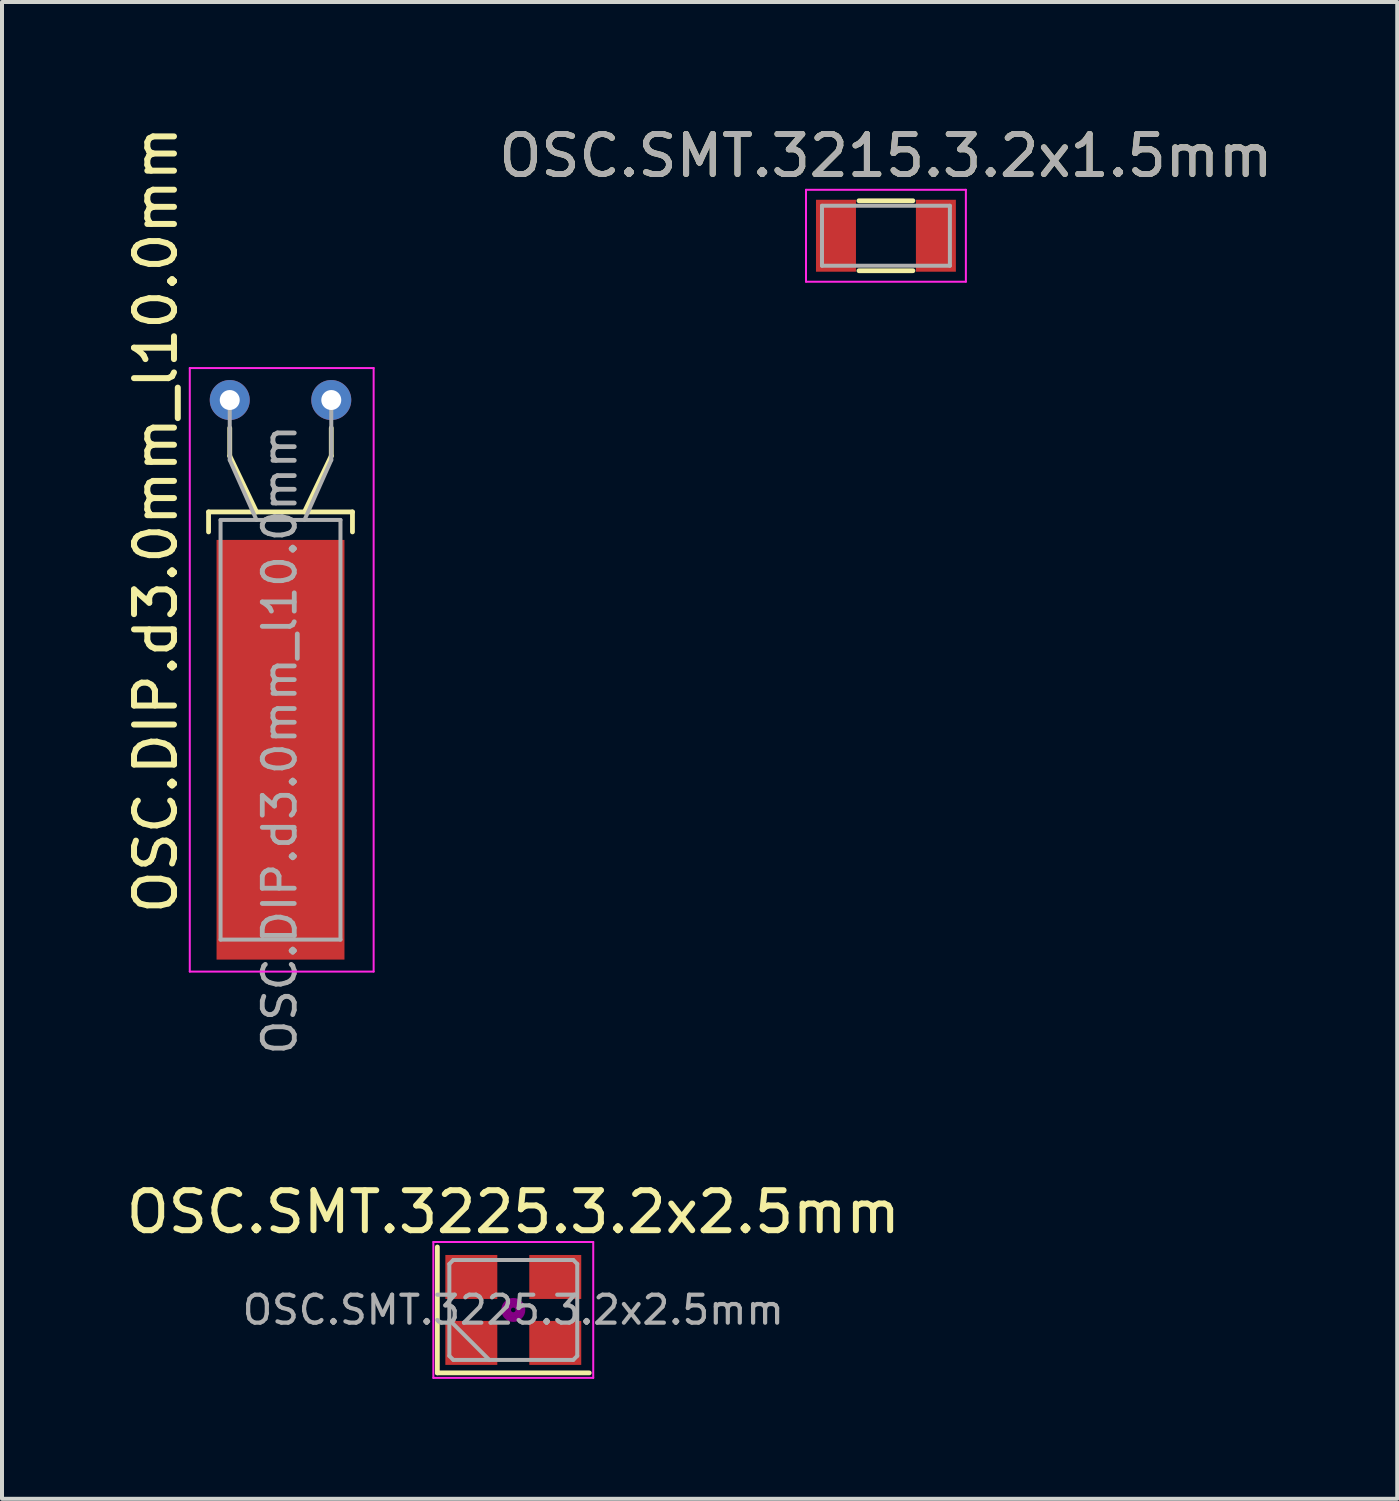
<source format=kicad_pcb>
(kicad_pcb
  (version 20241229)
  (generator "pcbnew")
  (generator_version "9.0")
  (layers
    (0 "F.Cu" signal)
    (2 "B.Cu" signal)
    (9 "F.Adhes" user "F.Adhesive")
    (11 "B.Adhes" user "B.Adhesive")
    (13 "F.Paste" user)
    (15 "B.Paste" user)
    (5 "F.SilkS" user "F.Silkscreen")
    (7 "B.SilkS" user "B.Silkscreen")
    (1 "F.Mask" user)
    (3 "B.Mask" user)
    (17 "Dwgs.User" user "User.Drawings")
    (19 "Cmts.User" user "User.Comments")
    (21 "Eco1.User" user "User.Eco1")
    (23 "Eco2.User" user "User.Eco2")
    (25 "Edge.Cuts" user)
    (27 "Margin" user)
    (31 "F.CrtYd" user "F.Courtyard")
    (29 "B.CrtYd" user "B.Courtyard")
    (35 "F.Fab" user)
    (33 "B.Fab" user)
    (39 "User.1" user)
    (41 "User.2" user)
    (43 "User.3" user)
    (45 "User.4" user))
  (footprint "OSC.SMT.3215.3.2x1.5mm"
    (layer "F.Cu")
    (at 19.115 2.848)
    (property "Reference" "OSC.SMT.3215.3.2x1.5mm" (at 0 -2 0) (layer "F.SilkS") (effects (font (size 1 1) (thickness 0.15))))
    (attr smd)
    (fp_line (start -0.675 -0.875) (end 0.675 -0.875) (stroke (width 0.12) (type solid)) (layer "F.SilkS"))
    (fp_line (start -0.675 0.875) (end 0.675 0.875) (stroke (width 0.12) (type solid)) (layer "F.SilkS"))
    (fp_line (start -2 -1.15) (end -2 1.15) (stroke (width 0.05) (type solid)) (layer "F.CrtYd"))
    (fp_line (start -2 -1.15) (end 2 -1.15) (stroke (width 0.05) (type solid)) (layer "F.CrtYd"))
    (fp_line (start -2 1.15) (end 2 1.15) (stroke (width 0.05) (type solid)) (layer "F.CrtYd"))
    (fp_line (start 2 -1.15) (end 2 1.15) (stroke (width 0.05) (type solid)) (layer "F.CrtYd"))
    (fp_line (start -1.6 -0.75) (end -1.6 0.75) (stroke (width 0.1) (type solid)) (layer "F.Fab"))
    (fp_line (start -1.6 -0.75) (end 1.6 -0.75) (stroke (width 0.1) (type solid)) (layer "F.Fab"))
    (fp_line (start -1.6 0.75) (end 1.6 0.75) (stroke (width 0.1) (type solid)) (layer "F.Fab"))
    (fp_line (start 1.6 -0.75) (end 1.6 0.75) (stroke (width 0.1) (type solid)) (layer "F.Fab"))
    (fp_text user "${REFERENCE}" (at 0 -2 0) (layer "F.Fab") (effects (font (size 1 1) (thickness 0.15))))
    (pad "1" smd rect (at 1.25 0) (size 1 1.8) (layers "F.Cu" "F.Mask" "F.Paste"))
    (pad "2" smd rect (at -1.25 0) (size 1 1.8) (layers "F.Cu" "F.Mask" "F.Paste")))
  (footprint "OSC.DIP.d3.0mm_l10.0mm"
    (layer "F.Cu")
    (at 2.698 6.958)
    (property "Reference" "OSC.DIP.d3.0mm_l10.0mm" (at -1.85 3 90) (layer "F.SilkS") (effects (font (size 1 1) (thickness 0.15))))
    (attr through_hole)
    (fp_line (start -0.53 2.8) (end 3.07 2.8) (stroke (width 0.12) (type solid)) (layer "F.SilkS"))
    (fp_line (start -0.53 3.3) (end -0.53 2.8) (stroke (width 0.12) (type solid)) (layer "F.SilkS"))
    (fp_line (start 0 1.4) (end 0 0.7) (stroke (width 0.12) (type solid)) (layer "F.SilkS"))
    (fp_line (start 0.67 2.8) (end 0 1.4) (stroke (width 0.12) (type solid)) (layer "F.SilkS"))
    (fp_line (start 1.87 2.8) (end 2.54 1.4) (stroke (width 0.12) (type solid)) (layer "F.SilkS"))
    (fp_line (start 2.54 1.4) (end 2.54 0.7) (stroke (width 0.12) (type solid)) (layer "F.SilkS"))
    (fp_line (start 3.07 2.8) (end 3.07 3.3) (stroke (width 0.12) (type solid)) (layer "F.SilkS"))
    (fp_line (start -1 -0.8) (end -1 14.3) (stroke (width 0.05) (type solid)) (layer "F.CrtYd"))
    (fp_line (start -1 14.3) (end 3.6 14.3) (stroke (width 0.05) (type solid)) (layer "F.CrtYd"))
    (fp_line (start 3.6 -0.8) (end -1 -0.8) (stroke (width 0.05) (type solid)) (layer "F.CrtYd"))
    (fp_line (start 3.6 14.3) (end 3.6 -0.8) (stroke (width 0.05) (type solid)) (layer "F.CrtYd"))
    (fp_line (start -0.23 3) (end -0.23 13.5) (stroke (width 0.1) (type solid)) (layer "F.Fab"))
    (fp_line (start -0.23 13.5) (end 2.77 13.5) (stroke (width 0.1) (type solid)) (layer "F.Fab"))
    (fp_line (start 0 1.5) (end 0 0) (stroke (width 0.1) (type solid)) (layer "F.Fab"))
    (fp_line (start 0.67 3) (end 0 1.5) (stroke (width 0.1) (type solid)) (layer "F.Fab"))
    (fp_line (start 1.87 3) (end 2.54 1.5) (stroke (width 0.1) (type solid)) (layer "F.Fab"))
    (fp_line (start 2.54 1.5) (end 2.54 0) (stroke (width 0.1) (type solid)) (layer "F.Fab"))
    (fp_line (start 2.77 3) (end -0.23 3) (stroke (width 0.1) (type solid)) (layer "F.Fab"))
    (fp_line (start 2.77 13.5) (end 2.77 3) (stroke (width 0.1) (type solid)) (layer "F.Fab"))
    (fp_text user "${REFERENCE}" (at 1.25 8.5 90) (layer "F.Fab") (effects (font (size 0.8 0.8) (thickness 0.12))))
    (pad "1" thru_hole circle (at 0 0) (size 1 1) (drill 0.5) (layers "*.Cu" "*.Mask"))
    (pad "2" thru_hole circle (at 2.54 0) (size 1 1) (drill 0.5) (layers "*.Cu" "*.Mask"))
    (pad "3" smd rect (at 1.27 8.75) (size 3.2 10.5) (layers "F.Cu" "F.Mask" "F.Paste")))
  (footprint "OSC.SMT.3225.3.2x2.5mm"
    (layer "F.Cu")
    (at 9.792 29.723)
    (property "Reference" "OSC.SMT.3225.3.2x2.5mm" (at 0 -2.45 0) (layer "F.SilkS") (effects (font (size 1 1) (thickness 0.15))))
    (attr smd)
    (fp_line (start -1.9 -1.575) (end -1.9 1.575) (stroke (width 0.12) (type solid)) (layer "F.SilkS"))
    (fp_line (start -1.9 1.575) (end 1.9 1.575) (stroke (width 0.12) (type solid)) (layer "F.SilkS"))
    (fp_circle (center 0 0) (end 0.058 0) (stroke (width 0.117) (type solid)) (fill no) (layer "F.Adhes"))
    (fp_circle (center 0 0) (end 0.133 0) (stroke (width 0.083) (type solid)) (fill no) (layer "F.Adhes"))
    (fp_circle (center 0 0) (end 0.208 0) (stroke (width 0.083) (type solid)) (fill no) (layer "F.Adhes"))
    (fp_circle (center 0 0) (end 0.25 0) (stroke (width 0.1) (type solid)) (fill no) (layer "F.Adhes"))
    (fp_line (start -2 -1.7) (end -2 1.7) (stroke (width 0.05) (type solid)) (layer "F.CrtYd"))
    (fp_line (start -2 1.7) (end 2 1.7) (stroke (width 0.05) (type solid)) (layer "F.CrtYd"))
    (fp_line (start 2 -1.7) (end -2 -1.7) (stroke (width 0.05) (type solid)) (layer "F.CrtYd"))
    (fp_line (start 2 1.7) (end 2 -1.7) (stroke (width 0.05) (type solid)) (layer "F.CrtYd"))
    (fp_line (start -1.6 -1.15) (end -1.5 -1.25) (stroke (width 0.1) (type solid)) (layer "F.Fab"))
    (fp_line (start -1.6 0.25) (end -0.6 1.25) (stroke (width 0.1) (type solid)) (layer "F.Fab"))
    (fp_line (start -1.6 1.15) (end -1.6 -1.15) (stroke (width 0.1) (type solid)) (layer "F.Fab"))
    (fp_line (start -1.5 -1.25) (end 1.5 -1.25) (stroke (width 0.1) (type solid)) (layer "F.Fab"))
    (fp_line (start -1.5 1.25) (end -1.6 1.15) (stroke (width 0.1) (type solid)) (layer "F.Fab"))
    (fp_line (start 1.5 -1.25) (end 1.6 -1.15) (stroke (width 0.1) (type solid)) (layer "F.Fab"))
    (fp_line (start 1.5 1.25) (end -1.5 1.25) (stroke (width 0.1) (type solid)) (layer "F.Fab"))
    (fp_line (start 1.6 -1.15) (end 1.6 1.15) (stroke (width 0.1) (type solid)) (layer "F.Fab"))
    (fp_line (start 1.6 1.15) (end 1.5 1.25) (stroke (width 0.1) (type solid)) (layer "F.Fab"))
    (fp_text user "${REFERENCE}" (at 0 0 0) (layer "F.Fab") (effects (font (size 0.7 0.7) (thickness 0.105))))
    (pad "1" smd rect (at -1.05 0.825) (size 1.3 1.1) (layers "F.Cu" "F.Mask" "F.Paste"))
    (pad "2" smd rect (at 1.05 0.825) (size 1.3 1.1) (layers "F.Cu" "F.Mask" "F.Paste"))
    (pad "3" smd rect (at 1.05 -0.825) (size 1.3 1.1) (layers "F.Cu" "F.Mask" "F.Paste"))
    (pad "4" smd rect (at -1.05 -0.825) (size 1.3 1.1) (layers "F.Cu" "F.Mask" "F.Paste")))
  (gr_rect
    (start -3 -3)
    (end 31.907 34.448)
    (stroke (width 0.1) (type default))
    (fill no)
    (layer "Edge.Cuts")))
</source>
